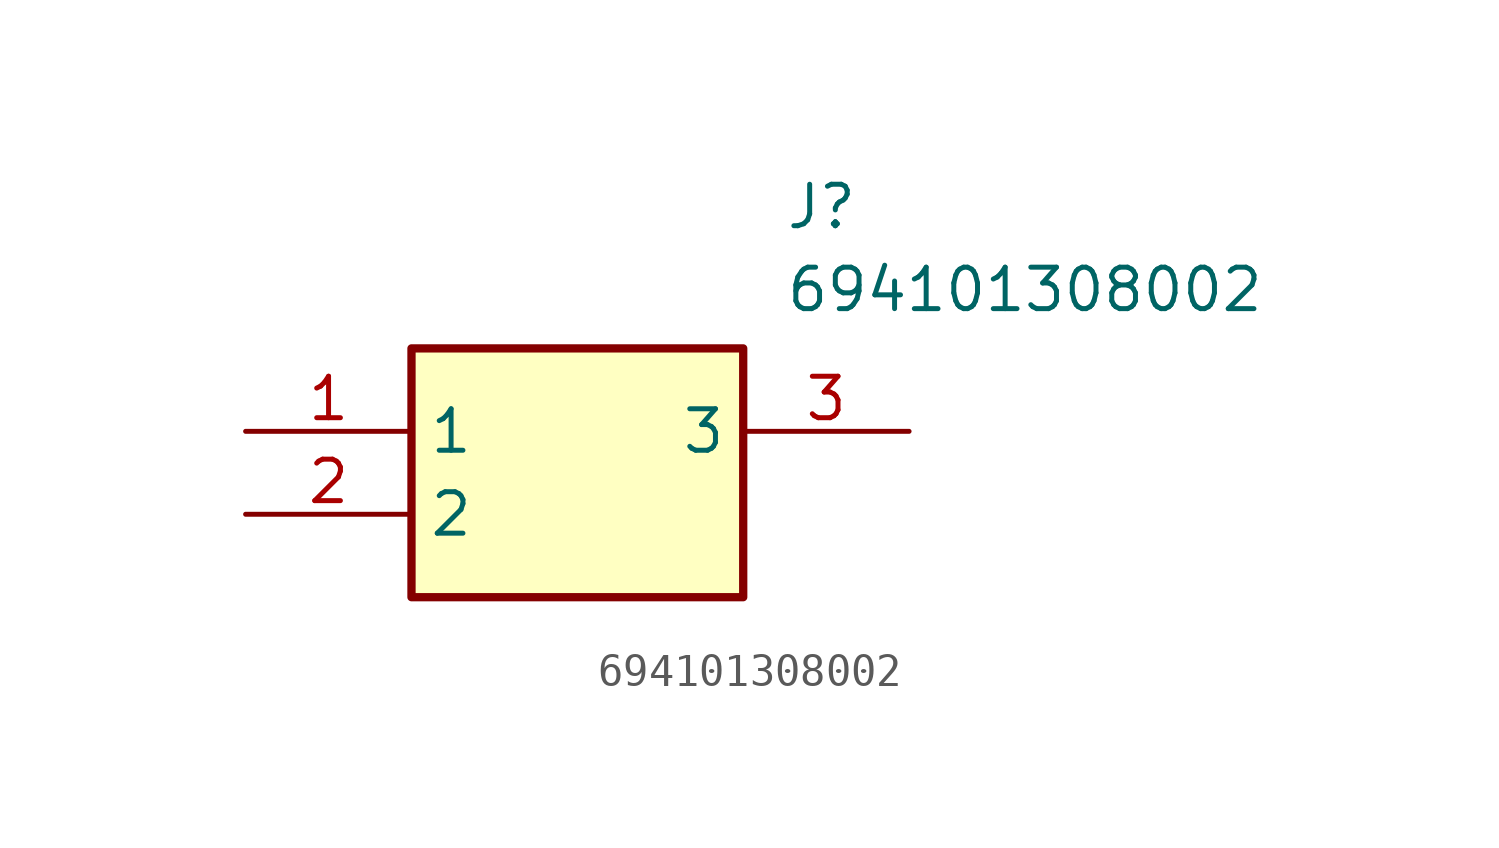
<source format=kicad_sym>
(kicad_symbol_lib
  (version 20211014)
  (generator SamacSys_ECAD_Model)
  (symbol "694101308002"
    (property "Reference" "J"
      (at 16.51 7.62 0)
      (effects (font (size 1.27 1.27)) (justify left top)))
    (property "Value" "694101308002"
      (at 16.51 5.08 0)
      (effects (font (size 1.27 1.27)) (justify left top)))
    (rectangle
      (start 5.08 2.54)
      (end 15.24 -5.08)
      (stroke (width 0.254) (type default))
      (fill (type background)))
    (pin passive line
      (at 0 0 0)
      (length 5.08)
      (name "1" (effects (font (size 1.27 1.27))))
      (number "1" (effects (font (size 1.27 1.27)))))
    (pin passive line
      (at 0 -2.54 0)
      (length 5.08)
      (name "2" (effects (font (size 1.27 1.27))))
      (number "2" (effects (font (size 1.27 1.27)))))
    (pin passive line
      (at 20.32 0 180)
      (length 5.08)
      (name "3" (effects (font (size 1.27 1.27))))
      (number "3" (effects (font (size 1.27 1.27)))))))
</source>
